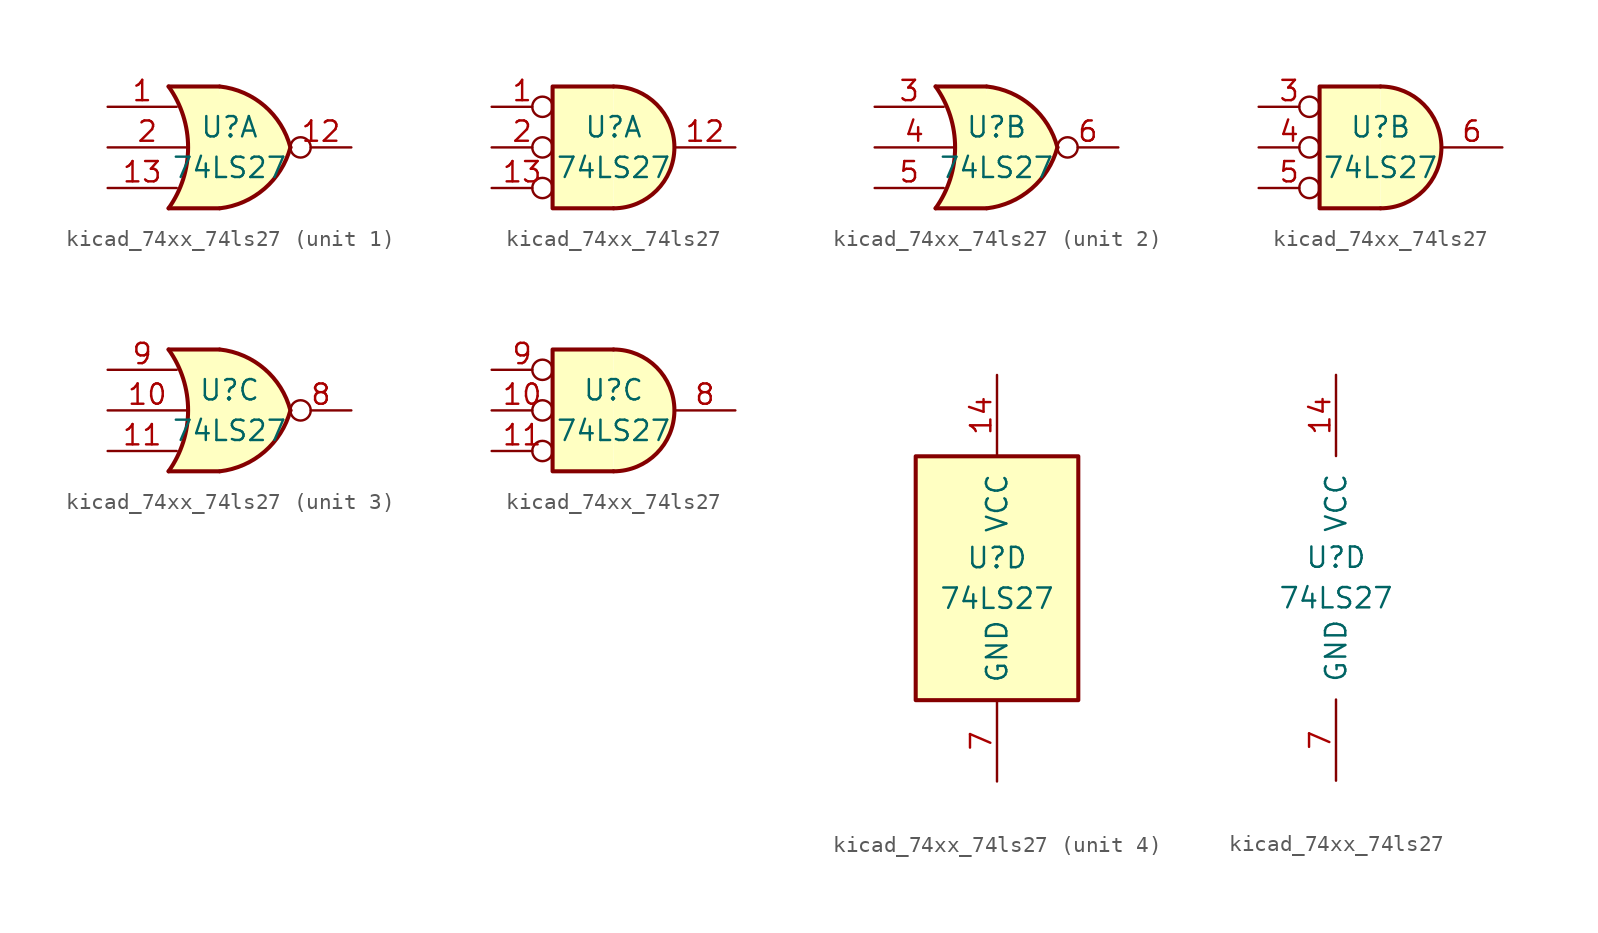
<source format=kicad_sym>
(kicad_symbol_lib
  (version 20220914)
  (generator kicad_symbol_editor)
  (symbol "kicad_74xx_74ls27"
    (pin_names
      (offset 1.016))
    (property "Reference" "U"
      (at 0 1.27 0)
      (effects (font (size 1.27 1.27))))
    (property "Value" "74LS27"
      (at 0 -1.27 0)
      (effects (font (size 1.27 1.27))))
    (property "ki_locked" ""
      (at 0 0 0)
      (effects (font (size 1.27 1.27))))
    (symbol "kicad_74xx_74ls27_1_1"
      (arc (start -3.81 -3.81) (mid -2.589 0) (end -3.81 3.81) (stroke (width 0.254) (type default)) (fill (type none)))
      (arc (start -0.6096 -3.81) (mid 2.1842 -2.5851) (end 3.81 0) (stroke (width 0.254) (type default)) (fill (type background)))
      (polyline (pts (xy -3.81 -3.81) (xy -0.635 -3.81)) (stroke (width 0.254) (type default)) (fill (type background)))
      (polyline (pts (xy -3.81 3.81) (xy -0.635 3.81)) (stroke (width 0.254) (type default)) (fill (type background)))
      (polyline (pts (xy -0.635 3.81) (xy -3.81 3.81) (xy -3.81 3.81) (xy -3.556 3.404) (xy -3.023 2.261) (xy -2.692 1.041) (xy -2.616 -0.254) (xy -2.769 -1.499) (xy -3.175 -2.718) (xy -3.81 -3.81) (xy -3.81 -3.81) (xy -0.635 -3.81)) (stroke (width -25.4) (type default)) (fill (type background)))
      (arc (start 3.81 0) (mid 2.1915 2.5936) (end -0.6096 3.81) (stroke (width 0.254) (type default)) (fill (type background)))
      (pin input line (at -7.62 2.54 0) (length 4.318) (name "~" (effects (font (size 1.27 1.27)))) (number "1" (effects (font (size 1.27 1.27)))))
      (pin output inverted (at 7.62 0 180) (length 3.81) (name "~" (effects (font (size 1.27 1.27)))) (number "12" (effects (font (size 1.27 1.27)))))
      (pin input line (at -7.62 -2.54 0) (length 4.318) (name "~" (effects (font (size 1.27 1.27)))) (number "13" (effects (font (size 1.27 1.27)))))
      (pin input line (at -7.62 0 0) (length 4.953) (name "~" (effects (font (size 1.27 1.27)))) (number "2" (effects (font (size 1.27 1.27))))))
    (symbol "kicad_74xx_74ls27_1_2"
      (arc (start 0 -3.81) (mid 3.7934 0) (end 0 3.81) (stroke (width 0.254) (type default)) (fill (type background)))
      (polyline (pts (xy 0 3.81) (xy -3.81 3.81) (xy -3.81 -3.81) (xy 0 -3.81)) (stroke (width 0.254) (type default)) (fill (type background)))
      (pin input inverted (at -7.62 2.54 0) (length 3.81) (name "~" (effects (font (size 1.27 1.27)))) (number "1" (effects (font (size 1.27 1.27)))))
      (pin output line (at 7.62 0 180) (length 3.81) (name "~" (effects (font (size 1.27 1.27)))) (number "12" (effects (font (size 1.27 1.27)))))
      (pin input inverted (at -7.62 -2.54 0) (length 3.81) (name "~" (effects (font (size 1.27 1.27)))) (number "13" (effects (font (size 1.27 1.27)))))
      (pin input inverted (at -7.62 0 0) (length 3.81) (name "~" (effects (font (size 1.27 1.27)))) (number "2" (effects (font (size 1.27 1.27))))))
    (symbol "kicad_74xx_74ls27_2_1"
      (arc (start -3.81 -3.81) (mid -2.589 0) (end -3.81 3.81) (stroke (width 0.254) (type default)) (fill (type none)))
      (arc (start -0.6096 -3.81) (mid 2.1842 -2.5851) (end 3.81 0) (stroke (width 0.254) (type default)) (fill (type background)))
      (polyline (pts (xy -3.81 -3.81) (xy -0.635 -3.81)) (stroke (width 0.254) (type default)) (fill (type background)))
      (polyline (pts (xy -3.81 3.81) (xy -0.635 3.81)) (stroke (width 0.254) (type default)) (fill (type background)))
      (polyline (pts (xy -0.635 3.81) (xy -3.81 3.81) (xy -3.81 3.81) (xy -3.556 3.404) (xy -3.023 2.261) (xy -2.692 1.041) (xy -2.616 -0.254) (xy -2.769 -1.499) (xy -3.175 -2.718) (xy -3.81 -3.81) (xy -3.81 -3.81) (xy -0.635 -3.81)) (stroke (width -25.4) (type default)) (fill (type background)))
      (arc (start 3.81 0) (mid 2.1915 2.5936) (end -0.6096 3.81) (stroke (width 0.254) (type default)) (fill (type background)))
      (pin input line (at -7.62 2.54 0) (length 4.318) (name "~" (effects (font (size 1.27 1.27)))) (number "3" (effects (font (size 1.27 1.27)))))
      (pin input line (at -7.62 0 0) (length 4.953) (name "~" (effects (font (size 1.27 1.27)))) (number "4" (effects (font (size 1.27 1.27)))))
      (pin input line (at -7.62 -2.54 0) (length 4.318) (name "~" (effects (font (size 1.27 1.27)))) (number "5" (effects (font (size 1.27 1.27)))))
      (pin output inverted (at 7.62 0 180) (length 3.81) (name "~" (effects (font (size 1.27 1.27)))) (number "6" (effects (font (size 1.27 1.27))))))
    (symbol "kicad_74xx_74ls27_2_2"
      (arc (start 0 -3.81) (mid 3.7934 0) (end 0 3.81) (stroke (width 0.254) (type default)) (fill (type background)))
      (polyline (pts (xy 0 3.81) (xy -3.81 3.81) (xy -3.81 -3.81) (xy 0 -3.81)) (stroke (width 0.254) (type default)) (fill (type background)))
      (pin input inverted (at -7.62 2.54 0) (length 3.81) (name "~" (effects (font (size 1.27 1.27)))) (number "3" (effects (font (size 1.27 1.27)))))
      (pin input inverted (at -7.62 0 0) (length 3.81) (name "~" (effects (font (size 1.27 1.27)))) (number "4" (effects (font (size 1.27 1.27)))))
      (pin input inverted (at -7.62 -2.54 0) (length 3.81) (name "~" (effects (font (size 1.27 1.27)))) (number "5" (effects (font (size 1.27 1.27)))))
      (pin output line (at 7.62 0 180) (length 3.81) (name "~" (effects (font (size 1.27 1.27)))) (number "6" (effects (font (size 1.27 1.27))))))
    (symbol "kicad_74xx_74ls27_3_1"
      (arc (start -3.81 -3.81) (mid -2.589 0) (end -3.81 3.81) (stroke (width 0.254) (type default)) (fill (type none)))
      (arc (start -0.6096 -3.81) (mid 2.1842 -2.5851) (end 3.81 0) (stroke (width 0.254) (type default)) (fill (type background)))
      (polyline (pts (xy -3.81 -3.81) (xy -0.635 -3.81)) (stroke (width 0.254) (type default)) (fill (type background)))
      (polyline (pts (xy -3.81 3.81) (xy -0.635 3.81)) (stroke (width 0.254) (type default)) (fill (type background)))
      (polyline (pts (xy -0.635 3.81) (xy -3.81 3.81) (xy -3.81 3.81) (xy -3.556 3.404) (xy -3.023 2.261) (xy -2.692 1.041) (xy -2.616 -0.254) (xy -2.769 -1.499) (xy -3.175 -2.718) (xy -3.81 -3.81) (xy -3.81 -3.81) (xy -0.635 -3.81)) (stroke (width -25.4) (type default)) (fill (type background)))
      (arc (start 3.81 0) (mid 2.1915 2.5936) (end -0.6096 3.81) (stroke (width 0.254) (type default)) (fill (type background)))
      (pin input line (at -7.62 0 0) (length 4.953) (name "~" (effects (font (size 1.27 1.27)))) (number "10" (effects (font (size 1.27 1.27)))))
      (pin input line (at -7.62 -2.54 0) (length 4.318) (name "~" (effects (font (size 1.27 1.27)))) (number "11" (effects (font (size 1.27 1.27)))))
      (pin output inverted (at 7.62 0 180) (length 3.81) (name "~" (effects (font (size 1.27 1.27)))) (number "8" (effects (font (size 1.27 1.27)))))
      (pin input line (at -7.62 2.54 0) (length 4.318) (name "~" (effects (font (size 1.27 1.27)))) (number "9" (effects (font (size 1.27 1.27))))))
    (symbol "kicad_74xx_74ls27_3_2"
      (arc (start 0 -3.81) (mid 3.7934 0) (end 0 3.81) (stroke (width 0.254) (type default)) (fill (type background)))
      (polyline (pts (xy 0 3.81) (xy -3.81 3.81) (xy -3.81 -3.81) (xy 0 -3.81)) (stroke (width 0.254) (type default)) (fill (type background)))
      (pin input inverted (at -7.62 0 0) (length 3.81) (name "~" (effects (font (size 1.27 1.27)))) (number "10" (effects (font (size 1.27 1.27)))))
      (pin input inverted (at -7.62 -2.54 0) (length 3.81) (name "~" (effects (font (size 1.27 1.27)))) (number "11" (effects (font (size 1.27 1.27)))))
      (pin output line (at 7.62 0 180) (length 3.81) (name "~" (effects (font (size 1.27 1.27)))) (number "8" (effects (font (size 1.27 1.27)))))
      (pin input inverted (at -7.62 2.54 0) (length 3.81) (name "~" (effects (font (size 1.27 1.27)))) (number "9" (effects (font (size 1.27 1.27))))))
    (symbol "kicad_74xx_74ls27_4_0"
      (pin power_in line (at 0 12.7 270) (length 5.08) (name "VCC" (effects (font (size 1.27 1.27)))) (number "14" (effects (font (size 1.27 1.27)))))
      (pin power_in line (at 0 -12.7 90) (length 5.08) (name "GND" (effects (font (size 1.27 1.27)))) (number "7" (effects (font (size 1.27 1.27))))))
    (symbol "kicad_74xx_74ls27_4_1"
      (rectangle (start -5.08 7.62) (end 5.08 -7.62) (stroke (width 0.254) (type default)) (fill (type background))))))
</source>
